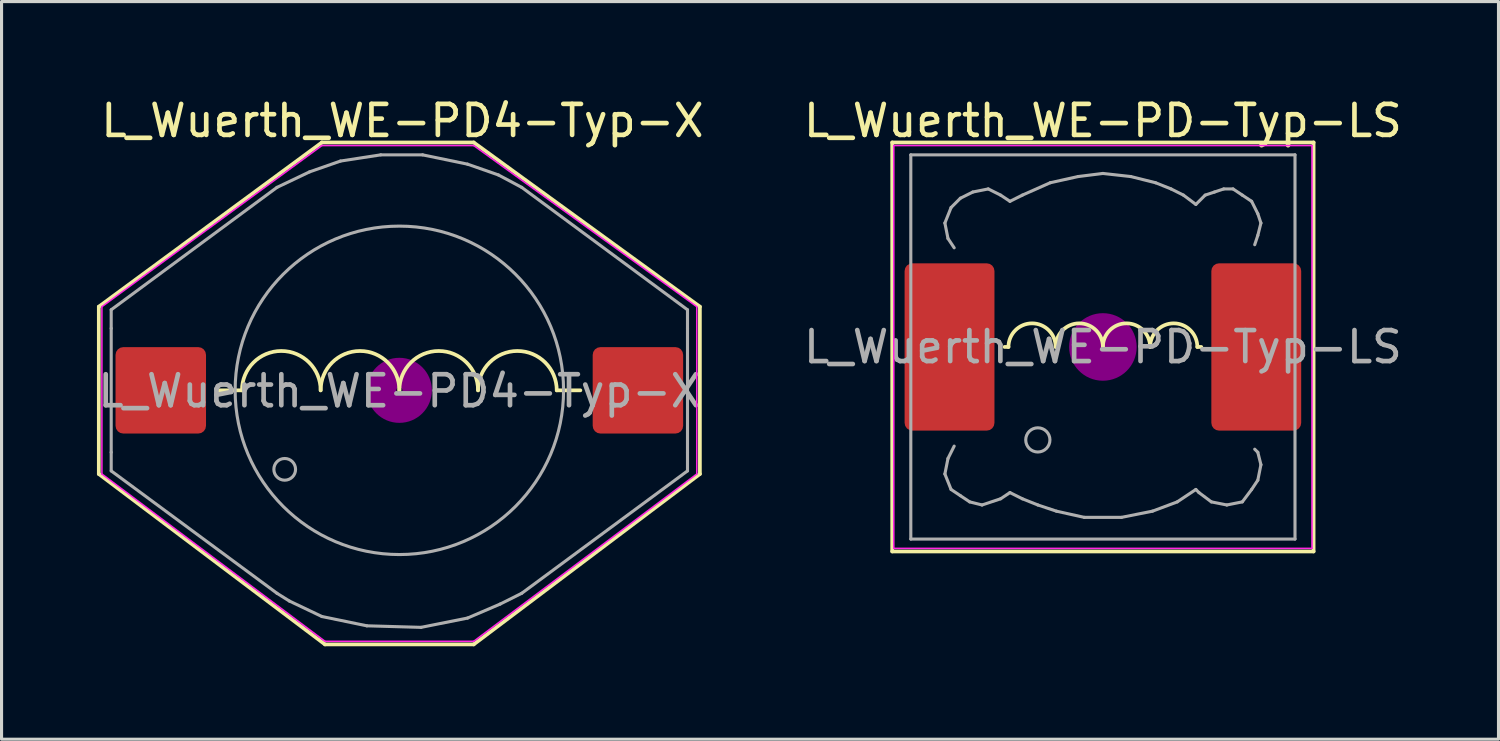
<source format=kicad_pcb>
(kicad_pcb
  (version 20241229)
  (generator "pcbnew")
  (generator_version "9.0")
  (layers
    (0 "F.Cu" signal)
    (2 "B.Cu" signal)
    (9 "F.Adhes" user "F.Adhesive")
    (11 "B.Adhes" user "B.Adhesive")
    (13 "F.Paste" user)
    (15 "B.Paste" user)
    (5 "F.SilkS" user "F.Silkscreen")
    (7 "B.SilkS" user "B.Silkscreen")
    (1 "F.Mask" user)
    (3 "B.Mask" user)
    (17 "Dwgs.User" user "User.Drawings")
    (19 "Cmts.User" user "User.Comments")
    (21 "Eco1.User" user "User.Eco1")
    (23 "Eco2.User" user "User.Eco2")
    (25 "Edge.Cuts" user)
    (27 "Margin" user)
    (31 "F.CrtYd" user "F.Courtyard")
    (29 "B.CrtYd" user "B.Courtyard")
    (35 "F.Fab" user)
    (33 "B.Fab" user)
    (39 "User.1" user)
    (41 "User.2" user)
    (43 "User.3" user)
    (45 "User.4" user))
  (footprint "L_Wuerth_WE-PD4-Typ-X"
    (layer "F.Cu")
    (at 9.839 9.548)
    (property "Reference" "L_Wuerth_WE-PD4-Typ-X" (at 0.1 -8.7 0) (layer "F.SilkS") (effects (font (size 1 1) (thickness 0.15))))
    (attr smd)
    (fp_line (start -9.7 -2.7) (end -9.7 2.7) (stroke (width 0.12) (type solid)) (layer "F.SilkS"))
    (fp_line (start -9.7 2.7) (end -2.4 8.2) (stroke (width 0.12) (type solid)) (layer "F.SilkS"))
    (fp_line (start -5.08 0) (end -5.842 0) (stroke (width 0.12) (type solid)) (layer "F.SilkS"))
    (fp_line (start -2.5 -8) (end -9.7 -2.7) (stroke (width 0.12) (type solid)) (layer "F.SilkS"))
    (fp_line (start -2.4 8.2) (end 2.4 8.2) (stroke (width 0.12) (type solid)) (layer "F.SilkS"))
    (fp_line (start 2.4 -8) (end -2.5 -8) (stroke (width 0.12) (type solid)) (layer "F.SilkS"))
    (fp_line (start 2.4 8.2) (end 9.7 2.7) (stroke (width 0.12) (type solid)) (layer "F.SilkS"))
    (fp_line (start 5.842 0) (end 5.08 0) (stroke (width 0.12) (type solid)) (layer "F.SilkS"))
    (fp_line (start 9.7 -2.7) (end 2.4 -8) (stroke (width 0.12) (type solid)) (layer "F.SilkS"))
    (fp_line (start 9.7 2.7) (end 9.7 -2.7) (stroke (width 0.12) (type solid)) (layer "F.SilkS"))
    (fp_arc (start -5.08 0) (mid -3.81 -1.27) (end -2.54 0) (stroke (width 0.12) (type solid)) (layer "F.SilkS"))
    (fp_arc (start -2.54 0) (mid -1.27 -1.27) (end 0 0) (stroke (width 0.12) (type solid)) (layer "F.SilkS"))
    (fp_arc (start 0 0) (mid 1.27 -1.27) (end 2.54 0) (stroke (width 0.12) (type solid)) (layer "F.SilkS"))
    (fp_arc (start 2.54 0) (mid 3.81 -1.27) (end 5.08 0) (stroke (width 0.12) (type solid)) (layer "F.SilkS"))
    (fp_circle (center 0 0) (end 0.1 0) (stroke (width 0.3) (type solid)) (fill no) (layer "F.Adhes"))
    (fp_circle (center 0 0) (end 0.3 0) (stroke (width 0.3) (type solid)) (fill no) (layer "F.Adhes"))
    (fp_circle (center 0 0) (end 0.5 0) (stroke (width 0.3) (type solid)) (fill no) (layer "F.Adhes"))
    (fp_circle (center 0 0) (end 0.7 0) (stroke (width 0.3) (type solid)) (fill no) (layer "F.Adhes"))
    (fp_circle (center 0 0) (end 0.9 0) (stroke (width 0.3) (type solid)) (fill no) (layer "F.Adhes"))
    (fp_line (start -9.6 -2.7) (end -2.5 -7.9) (stroke (width 0.05) (type solid)) (layer "F.CrtYd"))
    (fp_line (start -9.6 2.7) (end -9.6 -2.7) (stroke (width 0.05) (type solid)) (layer "F.CrtYd"))
    (fp_line (start -2.5 -7.9) (end 2.4 -7.9) (stroke (width 0.05) (type solid)) (layer "F.CrtYd"))
    (fp_line (start -2.4 8.1) (end -9.6 2.7) (stroke (width 0.05) (type solid)) (layer "F.CrtYd"))
    (fp_line (start 2.4 -7.9) (end 9.6 -2.7) (stroke (width 0.05) (type solid)) (layer "F.CrtYd"))
    (fp_line (start 2.4 8.1) (end -2.4 8.1) (stroke (width 0.05) (type solid)) (layer "F.CrtYd"))
    (fp_line (start 9.6 -2.7) (end 9.6 2.7) (stroke (width 0.05) (type solid)) (layer "F.CrtYd"))
    (fp_line (start 9.6 2.7) (end 2.4 8.1) (stroke (width 0.05) (type solid)) (layer "F.CrtYd"))
    (fp_line (start -9.3 -2.6) (end -9.3 -2) (stroke (width 0.1) (type solid)) (layer "F.Fab"))
    (fp_line (start -9.3 -2.6) (end -3.95 -6.55) (stroke (width 0.1) (type solid)) (layer "F.Fab"))
    (fp_line (start -9.3 2) (end -9.3 -2) (stroke (width 0.1) (type solid)) (layer "F.Fab"))
    (fp_line (start -9.3 2) (end -9.3 2.6) (stroke (width 0.1) (type solid)) (layer "F.Fab"))
    (fp_line (start -9.3 2.6) (end -3.95 6.55) (stroke (width 0.1) (type solid)) (layer "F.Fab"))
    (fp_line (start -3.95 -6.55) (end -2.9 -7.05) (stroke (width 0.1) (type solid)) (layer "F.Fab"))
    (fp_line (start -3.55 6.8) (end -3.95 6.55) (stroke (width 0.1) (type solid)) (layer "F.Fab"))
    (fp_line (start -2.9 -7.05) (end -1.9 -7.4) (stroke (width 0.1) (type solid)) (layer "F.Fab"))
    (fp_line (start -2.5 7.3) (end -3.55 6.8) (stroke (width 0.1) (type solid)) (layer "F.Fab"))
    (fp_line (start -1.9 -7.4) (end -0.6 -7.6) (stroke (width 0.1) (type solid)) (layer "F.Fab"))
    (fp_line (start -1.05 7.6) (end -2.5 7.3) (stroke (width 0.1) (type solid)) (layer "F.Fab"))
    (fp_line (start -0.6 -7.6) (end 0.75 -7.6) (stroke (width 0.1) (type solid)) (layer "F.Fab"))
    (fp_line (start 0.7 7.65) (end -1.05 7.6) (stroke (width 0.1) (type solid)) (layer "F.Fab"))
    (fp_line (start 0.75 -7.6) (end 2.2 -7.3) (stroke (width 0.1) (type solid)) (layer "F.Fab"))
    (fp_line (start 2.2 -7.3) (end 3.2 -6.95) (stroke (width 0.1) (type solid)) (layer "F.Fab"))
    (fp_line (start 2.2 7.35) (end 0.7 7.65) (stroke (width 0.1) (type solid)) (layer "F.Fab"))
    (fp_line (start 3.2 -6.95) (end 3.95 -6.55) (stroke (width 0.1) (type solid)) (layer "F.Fab"))
    (fp_line (start 3.25 6.9) (end 2.2 7.35) (stroke (width 0.1) (type solid)) (layer "F.Fab"))
    (fp_line (start 3.95 -6.55) (end 9.3 -2.6) (stroke (width 0.1) (type solid)) (layer "F.Fab"))
    (fp_line (start 3.95 6.55) (end 3.25 6.9) (stroke (width 0.1) (type solid)) (layer "F.Fab"))
    (fp_line (start 9.3 -2) (end 9.3 -2.6) (stroke (width 0.1) (type solid)) (layer "F.Fab"))
    (fp_line (start 9.3 -2) (end 9.3 2) (stroke (width 0.1) (type solid)) (layer "F.Fab"))
    (fp_line (start 9.3 2) (end 9.3 2.6) (stroke (width 0.1) (type solid)) (layer "F.Fab"))
    (fp_line (start 9.3 2.6) (end 3.95 6.55) (stroke (width 0.1) (type solid)) (layer "F.Fab"))
    (fp_circle (center -3.7 2.55) (end -3.7 2.2) (stroke (width 0.1) (type solid)) (fill no) (layer "F.Fab"))
    (fp_circle (center 0 0) (end 0 -5.3) (stroke (width 0.1) (type solid)) (fill no) (layer "F.Fab"))
    (fp_text user "${REFERENCE}" (at 0 0.025 0) (layer "F.Fab") (effects (font (size 1 1) (thickness 0.15))))
    (pad "1" smd roundrect (at -7.7 0 90) (size 2.79 2.92) (layers "F.Cu" "F.Mask" "F.Paste") (roundrect_rratio 0.09))
    (pad "2" smd roundrect (at 7.7 0 90) (size 2.79 2.92) (layers "F.Cu" "F.Mask" "F.Paste") (roundrect_rratio 0.09)))
  (footprint "L_Wuerth_WE-PD-Typ-LS"
    (layer "F.Cu")
    (at 32.546 8.148)
    (property "Reference" "L_Wuerth_WE-PD-Typ-LS" (at 0 -7.3 0) (layer "F.SilkS") (effects (font (size 1 1) (thickness 0.15))))
    (attr smd)
    (fp_line (start -6.8 -6.6) (end 6.8 -6.6) (stroke (width 0.12) (type solid)) (layer "F.SilkS"))
    (fp_line (start -6.8 6.6) (end -6.8 -6.6) (stroke (width 0.12) (type solid)) (layer "F.SilkS"))
    (fp_line (start -3.048 0) (end -3.175 0) (stroke (width 0.12) (type solid)) (layer "F.SilkS"))
    (fp_line (start 3.175 0) (end 3.048 0) (stroke (width 0.12) (type solid)) (layer "F.SilkS"))
    (fp_line (start 6.8 -6.6) (end 6.8 6.6) (stroke (width 0.12) (type solid)) (layer "F.SilkS"))
    (fp_line (start 6.8 6.6) (end -6.8 6.6) (stroke (width 0.12) (type solid)) (layer "F.SilkS"))
    (fp_arc (start -3.048 0) (mid -2.286 -0.762) (end -1.524 0) (stroke (width 0.12) (type solid)) (layer "F.SilkS"))
    (fp_arc (start -1.524 0) (mid -0.762 -0.762) (end 0 0) (stroke (width 0.12) (type solid)) (layer "F.SilkS"))
    (fp_arc (start 0 0) (mid 0.762 -0.762) (end 1.524 0) (stroke (width 0.12) (type solid)) (layer "F.SilkS"))
    (fp_arc (start 1.524 0) (mid 2.286 -0.762) (end 3.048 0) (stroke (width 0.12) (type solid)) (layer "F.SilkS"))
    (fp_circle (center 0 0) (end 0.15 0.15) (stroke (width 0.38) (type solid)) (fill no) (layer "F.Adhes"))
    (fp_circle (center 0 0) (end 0.55 0) (stroke (width 0.38) (type solid)) (fill no) (layer "F.Adhes"))
    (fp_circle (center 0 0) (end 0.9 0) (stroke (width 0.38) (type solid)) (fill no) (layer "F.Adhes"))
    (fp_line (start -6.75 -6.5) (end 6.75 -6.5) (stroke (width 0.05) (type solid)) (layer "F.CrtYd"))
    (fp_line (start -6.75 6.5) (end -6.75 -6.5) (stroke (width 0.05) (type solid)) (layer "F.CrtYd"))
    (fp_line (start 6.75 -6.5) (end 6.75 6.5) (stroke (width 0.05) (type solid)) (layer "F.CrtYd"))
    (fp_line (start 6.75 6.5) (end -6.75 6.5) (stroke (width 0.05) (type solid)) (layer "F.CrtYd"))
    (fp_line (start -6.2 -6.2) (end -6.2 6.2) (stroke (width 0.1) (type solid)) (layer "F.Fab"))
    (fp_line (start -6.2 6.2) (end 6.2 6.2) (stroke (width 0.1) (type solid)) (layer "F.Fab"))
    (fp_line (start -5.1 -4) (end -5 -3.5) (stroke (width 0.1) (type solid)) (layer "F.Fab"))
    (fp_line (start -5.1 4.1) (end -5 3.6) (stroke (width 0.1) (type solid)) (layer "F.Fab"))
    (fp_line (start -5 -3.5) (end -4.8 -3.2) (stroke (width 0.1) (type solid)) (layer "F.Fab"))
    (fp_line (start -5 3.6) (end -4.8 3.2) (stroke (width 0.1) (type solid)) (layer "F.Fab"))
    (fp_line (start -4.9 -4.5) (end -5.1 -4) (stroke (width 0.1) (type solid)) (layer "F.Fab"))
    (fp_line (start -4.9 4.6) (end -5.1 4.1) (stroke (width 0.1) (type solid)) (layer "F.Fab"))
    (fp_line (start -4.6 -4.8) (end -4.9 -4.5) (stroke (width 0.1) (type solid)) (layer "F.Fab"))
    (fp_line (start -4.6 4.8) (end -4.9 4.6) (stroke (width 0.1) (type solid)) (layer "F.Fab"))
    (fp_line (start -4.3 5) (end -4.6 4.8) (stroke (width 0.1) (type solid)) (layer "F.Fab"))
    (fp_line (start -4.2 -5) (end -4.6 -4.8) (stroke (width 0.1) (type solid)) (layer "F.Fab"))
    (fp_line (start -3.9 5.1) (end -4.3 5) (stroke (width 0.1) (type solid)) (layer "F.Fab"))
    (fp_line (start -3.7 -5.1) (end -4.2 -5) (stroke (width 0.1) (type solid)) (layer "F.Fab"))
    (fp_line (start -3.3 -4.9) (end -3.7 -5.1) (stroke (width 0.1) (type solid)) (layer "F.Fab"))
    (fp_line (start -3.3 4.9) (end -3.9 5.1) (stroke (width 0.1) (type solid)) (layer "F.Fab"))
    (fp_line (start -3 -4.7) (end -3.3 -4.9) (stroke (width 0.1) (type solid)) (layer "F.Fab"))
    (fp_line (start -3 4.7) (end -3.3 4.9) (stroke (width 0.1) (type solid)) (layer "F.Fab"))
    (fp_line (start -2.6 -4.9) (end -3 -4.7) (stroke (width 0.1) (type solid)) (layer "F.Fab"))
    (fp_line (start -2.6 4.9) (end -3 4.7) (stroke (width 0.1) (type solid)) (layer "F.Fab"))
    (fp_line (start -2.1 5.1) (end -2.6 4.9) (stroke (width 0.1) (type solid)) (layer "F.Fab"))
    (fp_line (start -1.7 -5.3) (end -2.6 -4.9) (stroke (width 0.1) (type solid)) (layer "F.Fab"))
    (fp_line (start -1.5 5.3) (end -2.1 5.1) (stroke (width 0.1) (type solid)) (layer "F.Fab"))
    (fp_line (start -0.8 -5.5) (end -1.7 -5.3) (stroke (width 0.1) (type solid)) (layer "F.Fab"))
    (fp_line (start -0.6 5.5) (end -1.5 5.3) (stroke (width 0.1) (type solid)) (layer "F.Fab"))
    (fp_line (start 0 -5.6) (end -0.8 -5.5) (stroke (width 0.1) (type solid)) (layer "F.Fab"))
    (fp_line (start 0.6 5.5) (end -0.6 5.5) (stroke (width 0.1) (type solid)) (layer "F.Fab"))
    (fp_line (start 0.9 -5.5) (end 0 -5.6) (stroke (width 0.1) (type solid)) (layer "F.Fab"))
    (fp_line (start 1.6 5.3) (end 0.6 5.5) (stroke (width 0.1) (type solid)) (layer "F.Fab"))
    (fp_line (start 1.7 -5.3) (end 0.9 -5.5) (stroke (width 0.1) (type solid)) (layer "F.Fab"))
    (fp_line (start 2.2 -5.1) (end 1.7 -5.3) (stroke (width 0.1) (type solid)) (layer "F.Fab"))
    (fp_line (start 2.4 5) (end 1.6 5.3) (stroke (width 0.1) (type solid)) (layer "F.Fab"))
    (fp_line (start 2.6 -4.9) (end 2.2 -5.1) (stroke (width 0.1) (type solid)) (layer "F.Fab"))
    (fp_line (start 3 -4.6) (end 2.6 -4.9) (stroke (width 0.1) (type solid)) (layer "F.Fab"))
    (fp_line (start 3 4.6) (end 2.4 5) (stroke (width 0.1) (type solid)) (layer "F.Fab"))
    (fp_line (start 3.1 4.7) (end 3 4.6) (stroke (width 0.1) (type solid)) (layer "F.Fab"))
    (fp_line (start 3.3 -4.9) (end 3 -4.6) (stroke (width 0.1) (type solid)) (layer "F.Fab"))
    (fp_line (start 3.5 5) (end 3.1 4.7) (stroke (width 0.1) (type solid)) (layer "F.Fab"))
    (fp_line (start 3.6 -5) (end 3.3 -4.9) (stroke (width 0.1) (type solid)) (layer "F.Fab"))
    (fp_line (start 3.9 -5.1) (end 3.6 -5) (stroke (width 0.1) (type solid)) (layer "F.Fab"))
    (fp_line (start 4 5.1) (end 3.5 5) (stroke (width 0.1) (type solid)) (layer "F.Fab"))
    (fp_line (start 4.2 -5.1) (end 3.9 -5.1) (stroke (width 0.1) (type solid)) (layer "F.Fab"))
    (fp_line (start 4.5 -4.9) (end 4.2 -5.1) (stroke (width 0.1) (type solid)) (layer "F.Fab"))
    (fp_line (start 4.5 5) (end 4 5.1) (stroke (width 0.1) (type solid)) (layer "F.Fab"))
    (fp_line (start 4.8 -4.7) (end 4.5 -4.9) (stroke (width 0.1) (type solid)) (layer "F.Fab"))
    (fp_line (start 4.8 4.6) (end 4.5 5) (stroke (width 0.1) (type solid)) (layer "F.Fab"))
    (fp_line (start 4.9 -3.3) (end 5 -3.6) (stroke (width 0.1) (type solid)) (layer "F.Fab"))
    (fp_line (start 4.9 3.3) (end 5 3.4) (stroke (width 0.1) (type solid)) (layer "F.Fab"))
    (fp_line (start 5 -4.3) (end 4.8 -4.7) (stroke (width 0.1) (type solid)) (layer "F.Fab"))
    (fp_line (start 5 -3.6) (end 5.1 -4) (stroke (width 0.1) (type solid)) (layer "F.Fab"))
    (fp_line (start 5 3.4) (end 5.1 3.8) (stroke (width 0.1) (type solid)) (layer "F.Fab"))
    (fp_line (start 5 4.3) (end 4.8 4.6) (stroke (width 0.1) (type solid)) (layer "F.Fab"))
    (fp_line (start 5.1 -4) (end 5 -4.3) (stroke (width 0.1) (type solid)) (layer "F.Fab"))
    (fp_line (start 5.1 3.8) (end 5 4.3) (stroke (width 0.1) (type solid)) (layer "F.Fab"))
    (fp_line (start 6.2 -6.2) (end -6.2 -6.2) (stroke (width 0.1) (type solid)) (layer "F.Fab"))
    (fp_line (start 6.2 6.2) (end 6.2 -6.2) (stroke (width 0.1) (type solid)) (layer "F.Fab"))
    (fp_circle (center -2.1 3) (end -1.8 3.25) (stroke (width 0.1) (type solid)) (fill no) (layer "F.Fab"))
    (fp_text user "${REFERENCE}" (at 0 0 0) (layer "F.Fab") (effects (font (size 1 1) (thickness 0.15))))
    (pad "1" smd roundrect (at -4.95 0) (size 2.9 5.4) (layers "F.Cu" "F.Mask" "F.Paste") (roundrect_rratio 0.086))
    (pad "2" smd roundrect (at 4.95 0) (size 2.9 5.4) (layers "F.Cu" "F.Mask" "F.Paste") (roundrect_rratio 0.086)))
  (gr_rect
    (start -3 -3)
    (end 45.314 20.808)
    (stroke (width 0.1) (type default))
    (fill no)
    (layer "Edge.Cuts")))
</source>
